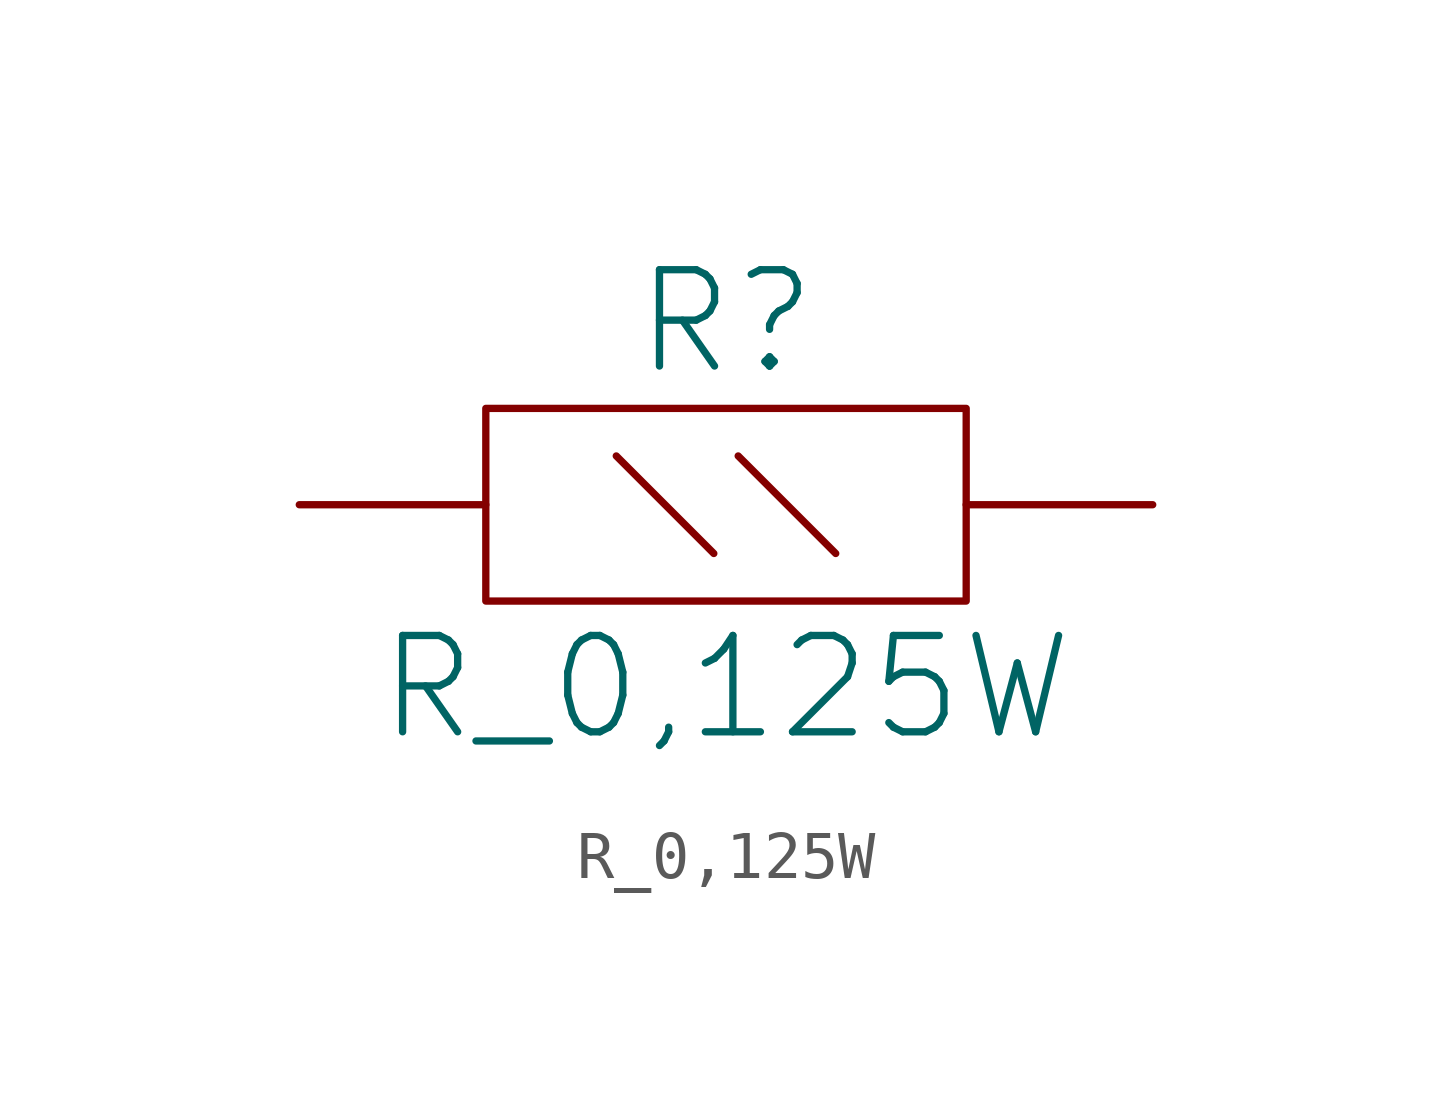
<source format=kicad_sym>
(kicad_symbol_lib
  (version 20231120)
  (generator "kicad_symbol_editor")
  (generator_version "8.0")
  (symbol "R_0,125W"
    (pin_numbers hide)
    (pin_names
      (offset 0) hide)
    (property "Reference" "R"
      (at 0 3.81 0)
      (effects (font (size 2.007 2.007))))
    (property "Value" "R_0,125W"
      (at 0 -3.81 0)
      (effects (font (size 2.007 2.007))))
    (symbol "R_0,125W_0_1"
      (rectangle (start -5.004 2.007) (end 5.004 -2.007) (stroke (width 0) (type solid)) (fill (type none)))
      (polyline (pts (xy -2.286 1.016) (xy -0.254 -1.016)) (stroke (width 0) (type solid)) (fill (type none)))
      (polyline (pts (xy 0.254 1.016) (xy 2.286 -1.016)) (stroke (width 0) (type solid)) (fill (type none))))
    (symbol "R_0,125W_1_1"
      (pin passive line (at -8.89 0 0) (length 3.886) (name "~" (effects (font (size 2.007 2.007)))) (number "1" (effects (font (size 2.007 2.007)))))
      (pin passive line (at 8.89 0 180) (length 3.886) (name "~" (effects (font (size 2.007 2.007)))) (number "2" (effects (font (size 2.007 2.007))))))))
</source>
